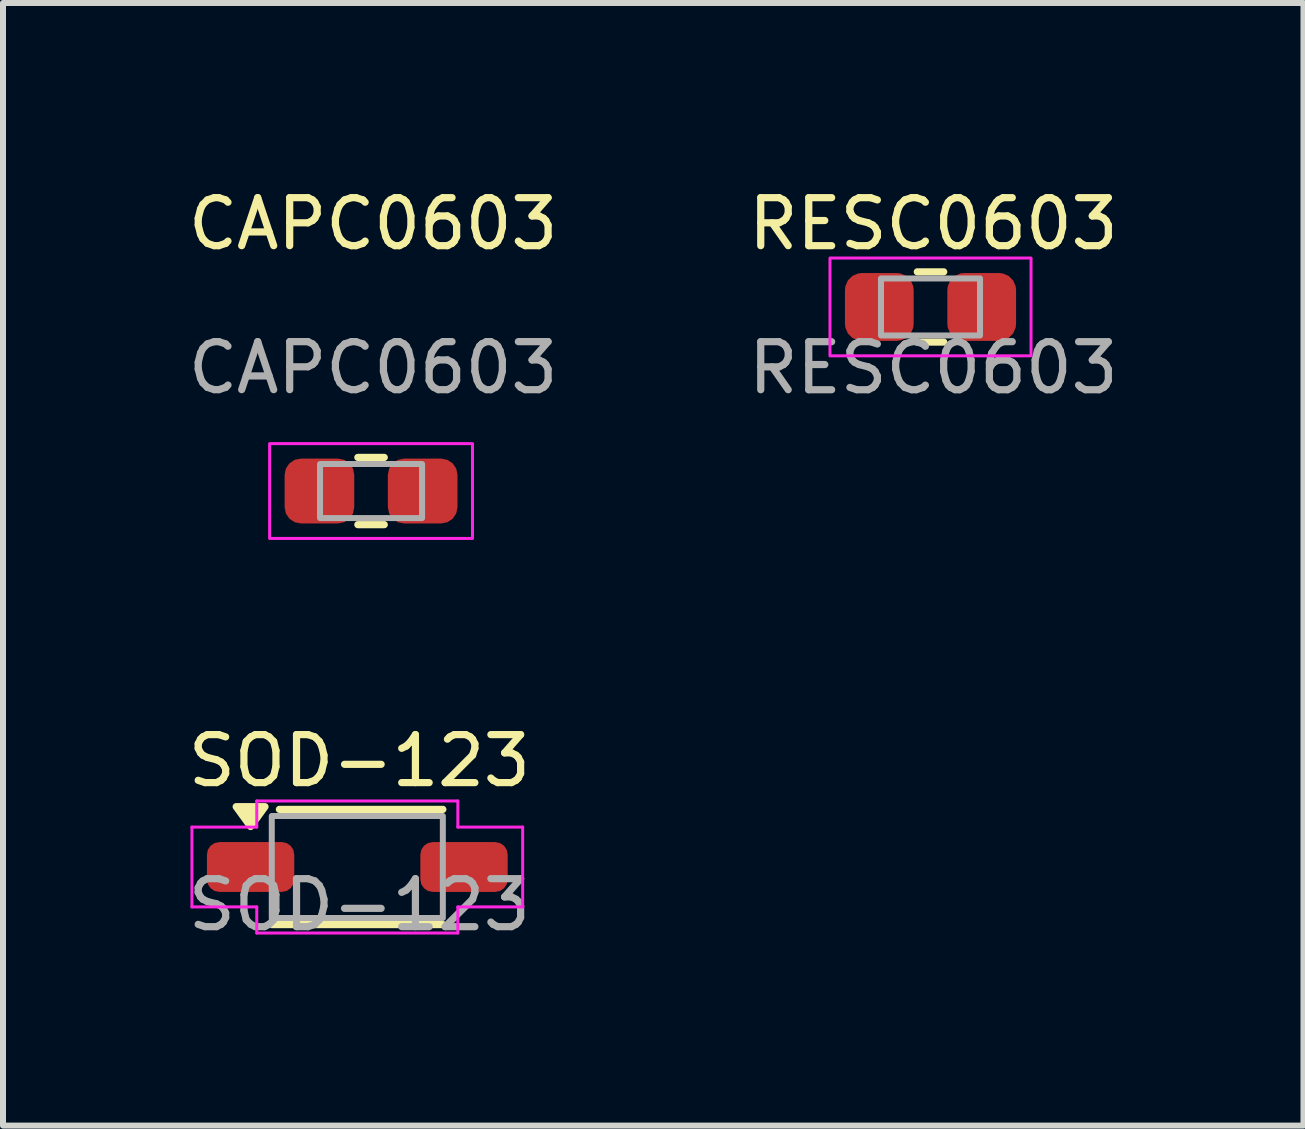
<source format=kicad_pcb>
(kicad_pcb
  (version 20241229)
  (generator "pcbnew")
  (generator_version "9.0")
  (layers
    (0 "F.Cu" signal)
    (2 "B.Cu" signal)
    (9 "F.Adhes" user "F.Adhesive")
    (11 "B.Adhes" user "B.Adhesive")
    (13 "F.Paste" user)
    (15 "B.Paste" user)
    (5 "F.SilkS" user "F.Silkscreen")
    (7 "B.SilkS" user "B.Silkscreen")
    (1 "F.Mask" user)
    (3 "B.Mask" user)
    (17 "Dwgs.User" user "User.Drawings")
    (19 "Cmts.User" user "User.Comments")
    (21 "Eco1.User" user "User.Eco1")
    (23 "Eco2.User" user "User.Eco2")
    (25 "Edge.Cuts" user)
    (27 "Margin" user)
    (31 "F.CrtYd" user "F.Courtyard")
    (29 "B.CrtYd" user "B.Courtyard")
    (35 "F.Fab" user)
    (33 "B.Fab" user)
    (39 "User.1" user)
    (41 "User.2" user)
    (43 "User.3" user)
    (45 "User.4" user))
  (footprint "RESC0603"
    (layer "F.Cu")
    (at 12.453 2.064)
    (property "Reference" "RESC0603" (at 0.048 -1.385 0) (unlocked yes) (layer "F.SilkS") (effects (font (size 0.8 0.8) (thickness 0.12))))
    (attr smd)
    (fp_line (start -0.22 0.585) (end 0.22 0.585) (stroke (width 0.12) (type default)) (layer "F.SilkS"))
    (fp_line (start 0.22 -0.585) (end -0.22 -0.585) (stroke (width 0.12) (type default)) (layer "F.SilkS"))
    (fp_rect (start -1.675 -0.815) (end 1.675 0.815) (stroke (width 0.05) (type default)) (fill no) (layer "F.CrtYd"))
    (fp_rect (start -0.825 -0.475) (end 0.825 0.475) (stroke (width 0.1) (type default)) (fill no) (layer "F.Fab"))
    (fp_text user "${REFERENCE}" (at 0.048 1.015 0) (unlocked yes) (layer "F.Fab") (effects (font (size 0.8 0.8) (thickness 0.12))))
    (pad "1" smd roundrect (at -0.853 0) (size 1.145 1.13) (layers "F.Cu" "F.Mask" "F.Paste") (roundrect_rratio 0.25))
    (pad "2" smd roundrect (at 0.853 0) (size 1.145 1.13) (layers "F.Cu" "F.Mask" "F.Paste") (roundrect_rratio 0.25)))
  (footprint "CAPC0603"
    (layer "F.Cu")
    (at 3.132 5.131)
    (property "Reference" "CAPC0603" (at 0.035 -4.452 0) (unlocked yes) (layer "F.SilkS") (effects (font (size 0.8 0.8) (thickness 0.12))))
    (attr smd)
    (fp_line (start -0.22 0.56) (end 0.22 0.56) (stroke (width 0.12) (type default)) (layer "F.SilkS"))
    (fp_line (start 0.22 -0.56) (end -0.22 -0.56) (stroke (width 0.12) (type default)) (layer "F.SilkS"))
    (fp_rect (start -1.69 -0.79) (end 1.69 0.79) (stroke (width 0.05) (type default)) (fill no) (layer "F.CrtYd"))
    (fp_rect (start -0.85 -0.45) (end 0.85 0.45) (stroke (width 0.1) (type default)) (fill no) (layer "F.Fab"))
    (fp_text user "${REFERENCE}" (at 0.035 -2.053 0) (unlocked yes) (layer "F.Fab") (effects (font (size 0.8 0.8) (thickness 0.12))))
    (pad "1" smd roundrect (at -0.86 0) (size 1.16 1.08) (layers "F.Cu" "F.Mask" "F.Paste") (roundrect_rratio 0.25))
    (pad "2" smd roundrect (at 0.86 0) (size 1.16 1.08) (layers "F.Cu" "F.Mask" "F.Paste") (roundrect_rratio 0.25)))
  (footprint "SOD-123"
    (layer "F.Cu")
    (at 2.903 11.395)
    (property "Reference" "SOD-123" (at 0.035 -1.77 0) (unlocked yes) (layer "F.SilkS") (effects (font (size 0.8 0.8) (thickness 0.12))))
    (attr smd)
    (fp_line (start -1.425 0.96) (end 1.425 0.96) (stroke (width 0.12) (type default)) (layer "F.SilkS"))
    (fp_line (start 1.425 -0.96) (end -1.298 -0.96) (stroke (width 0.12) (type default)) (layer "F.SilkS"))
    (fp_poly (pts (xy -1.778 -0.675) (xy -1.538 -1.005) (xy -2.018 -1.005)) (stroke (width 0.12) (type solid)) (fill yes) (layer "F.SilkS"))
    (fp_line (start -2.755 -0.665) (end -2.755 0.665) (stroke (width 0.05) (type default)) (layer "F.CrtYd"))
    (fp_line (start -2.755 -0.665) (end -1.675 -0.665) (stroke (width 0.05) (type default)) (layer "F.CrtYd"))
    (fp_line (start -2.755 0.665) (end -1.675 0.665) (stroke (width 0.05) (type default)) (layer "F.CrtYd"))
    (fp_line (start -1.675 -0.665) (end -1.675 -1.1) (stroke (width 0.05) (type default)) (layer "F.CrtYd"))
    (fp_line (start -1.675 1.1) (end -1.675 0.665) (stroke (width 0.05) (type default)) (layer "F.CrtYd"))
    (fp_line (start 1.675 -1.1) (end -1.675 -1.1) (stroke (width 0.05) (type default)) (layer "F.CrtYd"))
    (fp_line (start 1.675 -0.665) (end 1.675 -1.1) (stroke (width 0.05) (type default)) (layer "F.CrtYd"))
    (fp_line (start 1.675 -0.665) (end 2.755 -0.665) (stroke (width 0.05) (type default)) (layer "F.CrtYd"))
    (fp_line (start 1.675 0.665) (end 2.755 0.665) (stroke (width 0.05) (type default)) (layer "F.CrtYd"))
    (fp_line (start 1.675 1.1) (end -1.675 1.1) (stroke (width 0.05) (type default)) (layer "F.CrtYd"))
    (fp_line (start 1.675 1.1) (end 1.675 0.665) (stroke (width 0.05) (type default)) (layer "F.CrtYd"))
    (fp_line (start 2.755 -0.665) (end 2.755 0.665) (stroke (width 0.05) (type default)) (layer "F.CrtYd"))
    (fp_rect (start -1.425 -0.85) (end 1.425 0.85) (stroke (width 0.1) (type default)) (fill no) (layer "F.Fab"))
    (fp_text user "${REFERENCE}" (at 0.035 0.63 0) (unlocked yes) (layer "F.Fab") (effects (font (size 0.8 0.8) (thickness 0.12))))
    (pad "1" smd roundrect (at -1.778 0) (size 1.455 0.83) (layers "F.Cu" "F.Mask" "F.Paste") (roundrect_rratio 0.25))
    (pad "2" smd roundrect (at 1.778 0) (size 1.455 0.83) (layers "F.Cu" "F.Mask" "F.Paste") (roundrect_rratio 0.25)))
  (gr_rect
    (start -3 -3)
    (end 18.667 15.703)
    (stroke (width 0.1) (type default))
    (fill no)
    (layer "Edge.Cuts")))
</source>
